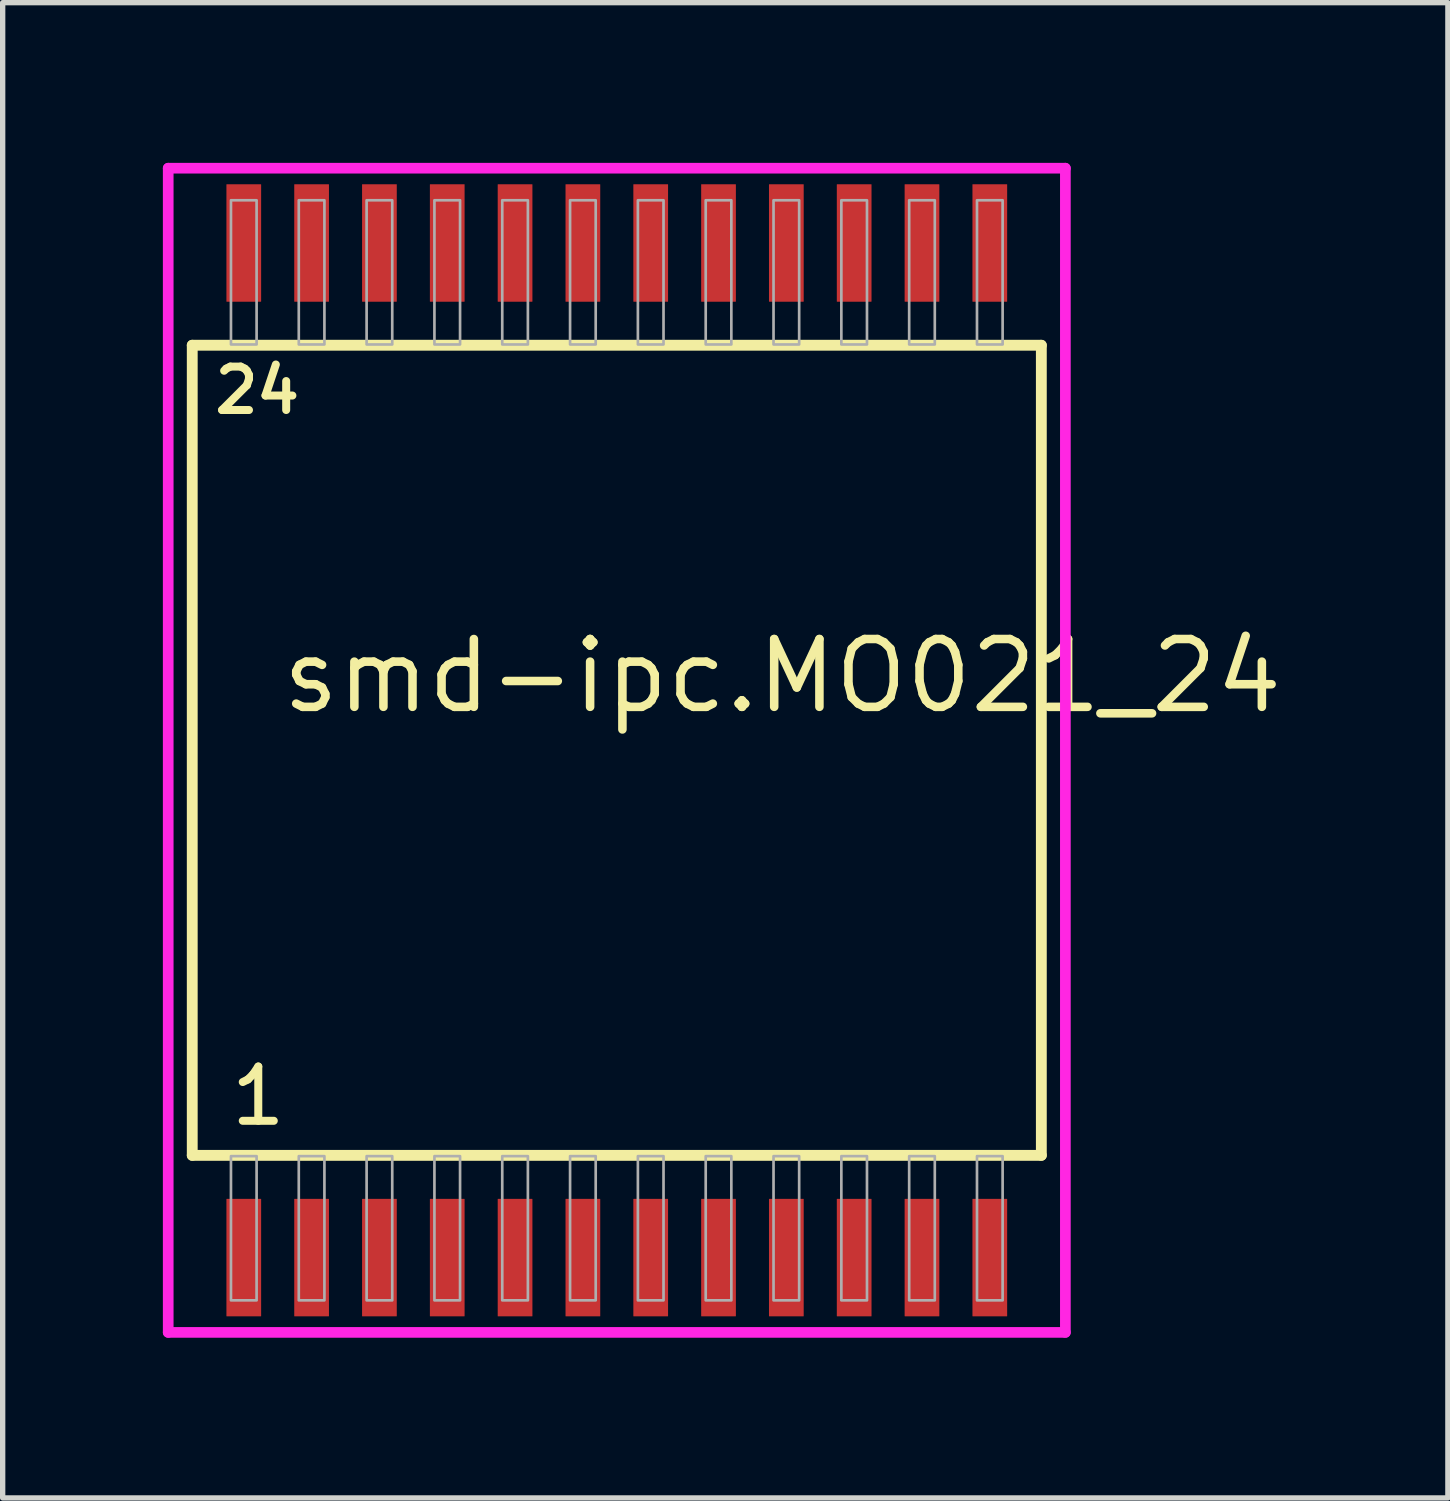
<source format=kicad_pcb>
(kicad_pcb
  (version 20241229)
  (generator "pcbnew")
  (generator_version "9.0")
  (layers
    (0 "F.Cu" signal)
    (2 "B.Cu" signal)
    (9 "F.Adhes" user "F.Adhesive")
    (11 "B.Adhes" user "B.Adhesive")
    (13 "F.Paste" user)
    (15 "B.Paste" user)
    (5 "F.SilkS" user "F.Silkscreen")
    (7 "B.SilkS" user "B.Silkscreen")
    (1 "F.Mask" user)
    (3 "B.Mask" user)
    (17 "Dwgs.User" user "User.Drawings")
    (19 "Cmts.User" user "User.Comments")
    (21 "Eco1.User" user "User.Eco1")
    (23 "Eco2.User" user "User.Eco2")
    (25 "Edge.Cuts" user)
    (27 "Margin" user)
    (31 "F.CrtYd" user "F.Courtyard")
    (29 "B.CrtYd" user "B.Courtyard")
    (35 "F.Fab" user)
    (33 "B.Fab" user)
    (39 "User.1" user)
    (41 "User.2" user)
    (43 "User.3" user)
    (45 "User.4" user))
  (footprint "smd-ipc.MO021_24"
    (layer "F.Cu")
    (at 8.5 11)
    (property "Reference" "smd-ipc.MO021_24" (at -6.35 -0.65 0) (layer "F.SilkS") (effects (font (size 1.27 1.27) (thickness 0.16)) (justify left bottom)))
    (attr smd)
    (fp_line (start -7.95 -7.585) (end 7.95 -7.585) (stroke (width 0.203) (type default)) (layer "F.SilkS"))
    (fp_line (start -7.95 7.585) (end -7.95 -7.585) (stroke (width 0.203) (type default)) (layer "F.SilkS"))
    (fp_line (start 7.95 -7.585) (end 7.95 7.585) (stroke (width 0.203) (type default)) (layer "F.SilkS"))
    (fp_line (start 7.95 7.585) (end -7.95 7.585) (stroke (width 0.203) (type default)) (layer "F.SilkS"))
    (fp_line (start -8.4 -10.9) (end 8.4 -10.9) (stroke (width 0.2) (type default)) (layer "F.CrtYd"))
    (fp_line (start -8.4 10.9) (end -8.4 -10.9) (stroke (width 0.2) (type default)) (layer "F.CrtYd"))
    (fp_line (start 8.4 -10.9) (end 8.4 10.9) (stroke (width 0.2) (type default)) (layer "F.CrtYd"))
    (fp_line (start 8.4 10.9) (end -8.4 10.9) (stroke (width 0.2) (type default)) (layer "F.CrtYd"))
    (fp_rect (start -7.225 -7.6) (end -6.745 -10.3) (stroke (width 0.05) (type default)) (fill no) (layer "F.Fab"))
    (fp_rect (start -7.225 10.3) (end -6.745 7.6) (stroke (width 0.05) (type default)) (fill no) (layer "F.Fab"))
    (fp_rect (start -5.955 -7.6) (end -5.475 -10.3) (stroke (width 0.05) (type default)) (fill no) (layer "F.Fab"))
    (fp_rect (start -5.955 10.3) (end -5.475 7.6) (stroke (width 0.05) (type default)) (fill no) (layer "F.Fab"))
    (fp_rect (start -4.685 -7.6) (end -4.205 -10.3) (stroke (width 0.05) (type default)) (fill no) (layer "F.Fab"))
    (fp_rect (start -4.685 10.3) (end -4.205 7.6) (stroke (width 0.05) (type default)) (fill no) (layer "F.Fab"))
    (fp_rect (start -3.415 -7.6) (end -2.935 -10.3) (stroke (width 0.05) (type default)) (fill no) (layer "F.Fab"))
    (fp_rect (start -3.415 10.3) (end -2.935 7.6) (stroke (width 0.05) (type default)) (fill no) (layer "F.Fab"))
    (fp_rect (start -2.145 -7.6) (end -1.665 -10.3) (stroke (width 0.05) (type default)) (fill no) (layer "F.Fab"))
    (fp_rect (start -2.145 10.3) (end -1.665 7.6) (stroke (width 0.05) (type default)) (fill no) (layer "F.Fab"))
    (fp_rect (start -0.875 -7.6) (end -0.395 -10.3) (stroke (width 0.05) (type default)) (fill no) (layer "F.Fab"))
    (fp_rect (start -0.875 10.3) (end -0.395 7.6) (stroke (width 0.05) (type default)) (fill no) (layer "F.Fab"))
    (fp_rect (start 0.395 -7.6) (end 0.875 -10.3) (stroke (width 0.05) (type default)) (fill no) (layer "F.Fab"))
    (fp_rect (start 0.395 10.3) (end 0.875 7.6) (stroke (width 0.05) (type default)) (fill no) (layer "F.Fab"))
    (fp_rect (start 1.665 -7.6) (end 2.145 -10.3) (stroke (width 0.05) (type default)) (fill no) (layer "F.Fab"))
    (fp_rect (start 1.665 10.3) (end 2.145 7.6) (stroke (width 0.05) (type default)) (fill no) (layer "F.Fab"))
    (fp_rect (start 2.935 -7.6) (end 3.415 -10.3) (stroke (width 0.05) (type default)) (fill no) (layer "F.Fab"))
    (fp_rect (start 2.935 10.3) (end 3.415 7.6) (stroke (width 0.05) (type default)) (fill no) (layer "F.Fab"))
    (fp_rect (start 4.205 -7.6) (end 4.685 -10.3) (stroke (width 0.05) (type default)) (fill no) (layer "F.Fab"))
    (fp_rect (start 4.205 10.3) (end 4.685 7.6) (stroke (width 0.05) (type default)) (fill no) (layer "F.Fab"))
    (fp_rect (start 5.475 -7.6) (end 5.955 -10.3) (stroke (width 0.05) (type default)) (fill no) (layer "F.Fab"))
    (fp_rect (start 5.475 10.3) (end 5.955 7.6) (stroke (width 0.05) (type default)) (fill no) (layer "F.Fab"))
    (fp_rect (start 6.745 -7.6) (end 7.225 -10.3) (stroke (width 0.05) (type default)) (fill no) (layer "F.Fab"))
    (fp_rect (start 6.745 10.3) (end 7.225 7.6) (stroke (width 0.05) (type default)) (fill no) (layer "F.Fab"))
    (fp_text user "24" (at -7.606 -6.265 0) (layer "F.SilkS") (effects (font (size 0.813 0.813) (thickness 0.15)) (justify left bottom)))
    (fp_text user "1" (at -7.296 7.07 0) (layer "F.SilkS") (effects (font (size 1.016 1.016) (thickness 0.15)) (justify left bottom)))
    (pad "1" smd roundrect (at -6.985 9.5) (size 0.65 2.2) (layers "F.Cu" "F.Mask" "F.Paste") (roundrect_rratio 0.01))
    (pad "2" smd roundrect (at -5.715 9.5) (size 0.65 2.2) (layers "F.Cu" "F.Mask" "F.Paste") (roundrect_rratio 0.01))
    (pad "3" smd roundrect (at -4.445 9.5) (size 0.65 2.2) (layers "F.Cu" "F.Mask" "F.Paste") (roundrect_rratio 0.01))
    (pad "4" smd roundrect (at -3.175 9.5) (size 0.65 2.2) (layers "F.Cu" "F.Mask" "F.Paste") (roundrect_rratio 0.01))
    (pad "5" smd roundrect (at -1.905 9.5) (size 0.65 2.2) (layers "F.Cu" "F.Mask" "F.Paste") (roundrect_rratio 0.01))
    (pad "6" smd roundrect (at -0.635 9.5) (size 0.65 2.2) (layers "F.Cu" "F.Mask" "F.Paste") (roundrect_rratio 0.01))
    (pad "7" smd roundrect (at 0.635 9.5) (size 0.65 2.2) (layers "F.Cu" "F.Mask" "F.Paste") (roundrect_rratio 0.01))
    (pad "8" smd roundrect (at 1.905 9.5) (size 0.65 2.2) (layers "F.Cu" "F.Mask" "F.Paste") (roundrect_rratio 0.01))
    (pad "9" smd roundrect (at 3.175 9.5) (size 0.65 2.2) (layers "F.Cu" "F.Mask" "F.Paste") (roundrect_rratio 0.01))
    (pad "10" smd roundrect (at 4.445 9.5) (size 0.65 2.2) (layers "F.Cu" "F.Mask" "F.Paste") (roundrect_rratio 0.01))
    (pad "11" smd roundrect (at 5.715 9.5) (size 0.65 2.2) (layers "F.Cu" "F.Mask" "F.Paste") (roundrect_rratio 0.01))
    (pad "12" smd roundrect (at 6.985 9.5) (size 0.65 2.2) (layers "F.Cu" "F.Mask" "F.Paste") (roundrect_rratio 0.01))
    (pad "13" smd roundrect (at 6.985 -9.5) (size 0.65 2.2) (layers "F.Cu" "F.Mask" "F.Paste") (roundrect_rratio 0.01))
    (pad "14" smd roundrect (at 5.715 -9.5) (size 0.65 2.2) (layers "F.Cu" "F.Mask" "F.Paste") (roundrect_rratio 0.01))
    (pad "15" smd roundrect (at 4.445 -9.5) (size 0.65 2.2) (layers "F.Cu" "F.Mask" "F.Paste") (roundrect_rratio 0.01))
    (pad "16" smd roundrect (at 3.175 -9.5) (size 0.65 2.2) (layers "F.Cu" "F.Mask" "F.Paste") (roundrect_rratio 0.01))
    (pad "17" smd roundrect (at 1.905 -9.5) (size 0.65 2.2) (layers "F.Cu" "F.Mask" "F.Paste") (roundrect_rratio 0.01))
    (pad "18" smd roundrect (at 0.635 -9.5) (size 0.65 2.2) (layers "F.Cu" "F.Mask" "F.Paste") (roundrect_rratio 0.01))
    (pad "19" smd roundrect (at -0.635 -9.5) (size 0.65 2.2) (layers "F.Cu" "F.Mask" "F.Paste") (roundrect_rratio 0.01))
    (pad "20" smd roundrect (at -1.905 -9.5) (size 0.65 2.2) (layers "F.Cu" "F.Mask" "F.Paste") (roundrect_rratio 0.01))
    (pad "21" smd roundrect (at -3.175 -9.5) (size 0.65 2.2) (layers "F.Cu" "F.Mask" "F.Paste") (roundrect_rratio 0.01))
    (pad "22" smd roundrect (at -4.445 -9.5) (size 0.65 2.2) (layers "F.Cu" "F.Mask" "F.Paste") (roundrect_rratio 0.01))
    (pad "23" smd roundrect (at -5.715 -9.5) (size 0.65 2.2) (layers "F.Cu" "F.Mask" "F.Paste") (roundrect_rratio 0.01))
    (pad "24" smd roundrect (at -6.985 -9.5) (size 0.65 2.2) (layers "F.Cu" "F.Mask" "F.Paste") (roundrect_rratio 0.01)))
  (gr_rect
    (start -3 -3)
    (end 24.063 25)
    (stroke (width 0.1) (type default))
    (fill no)
    (layer "Edge.Cuts")))
</source>
